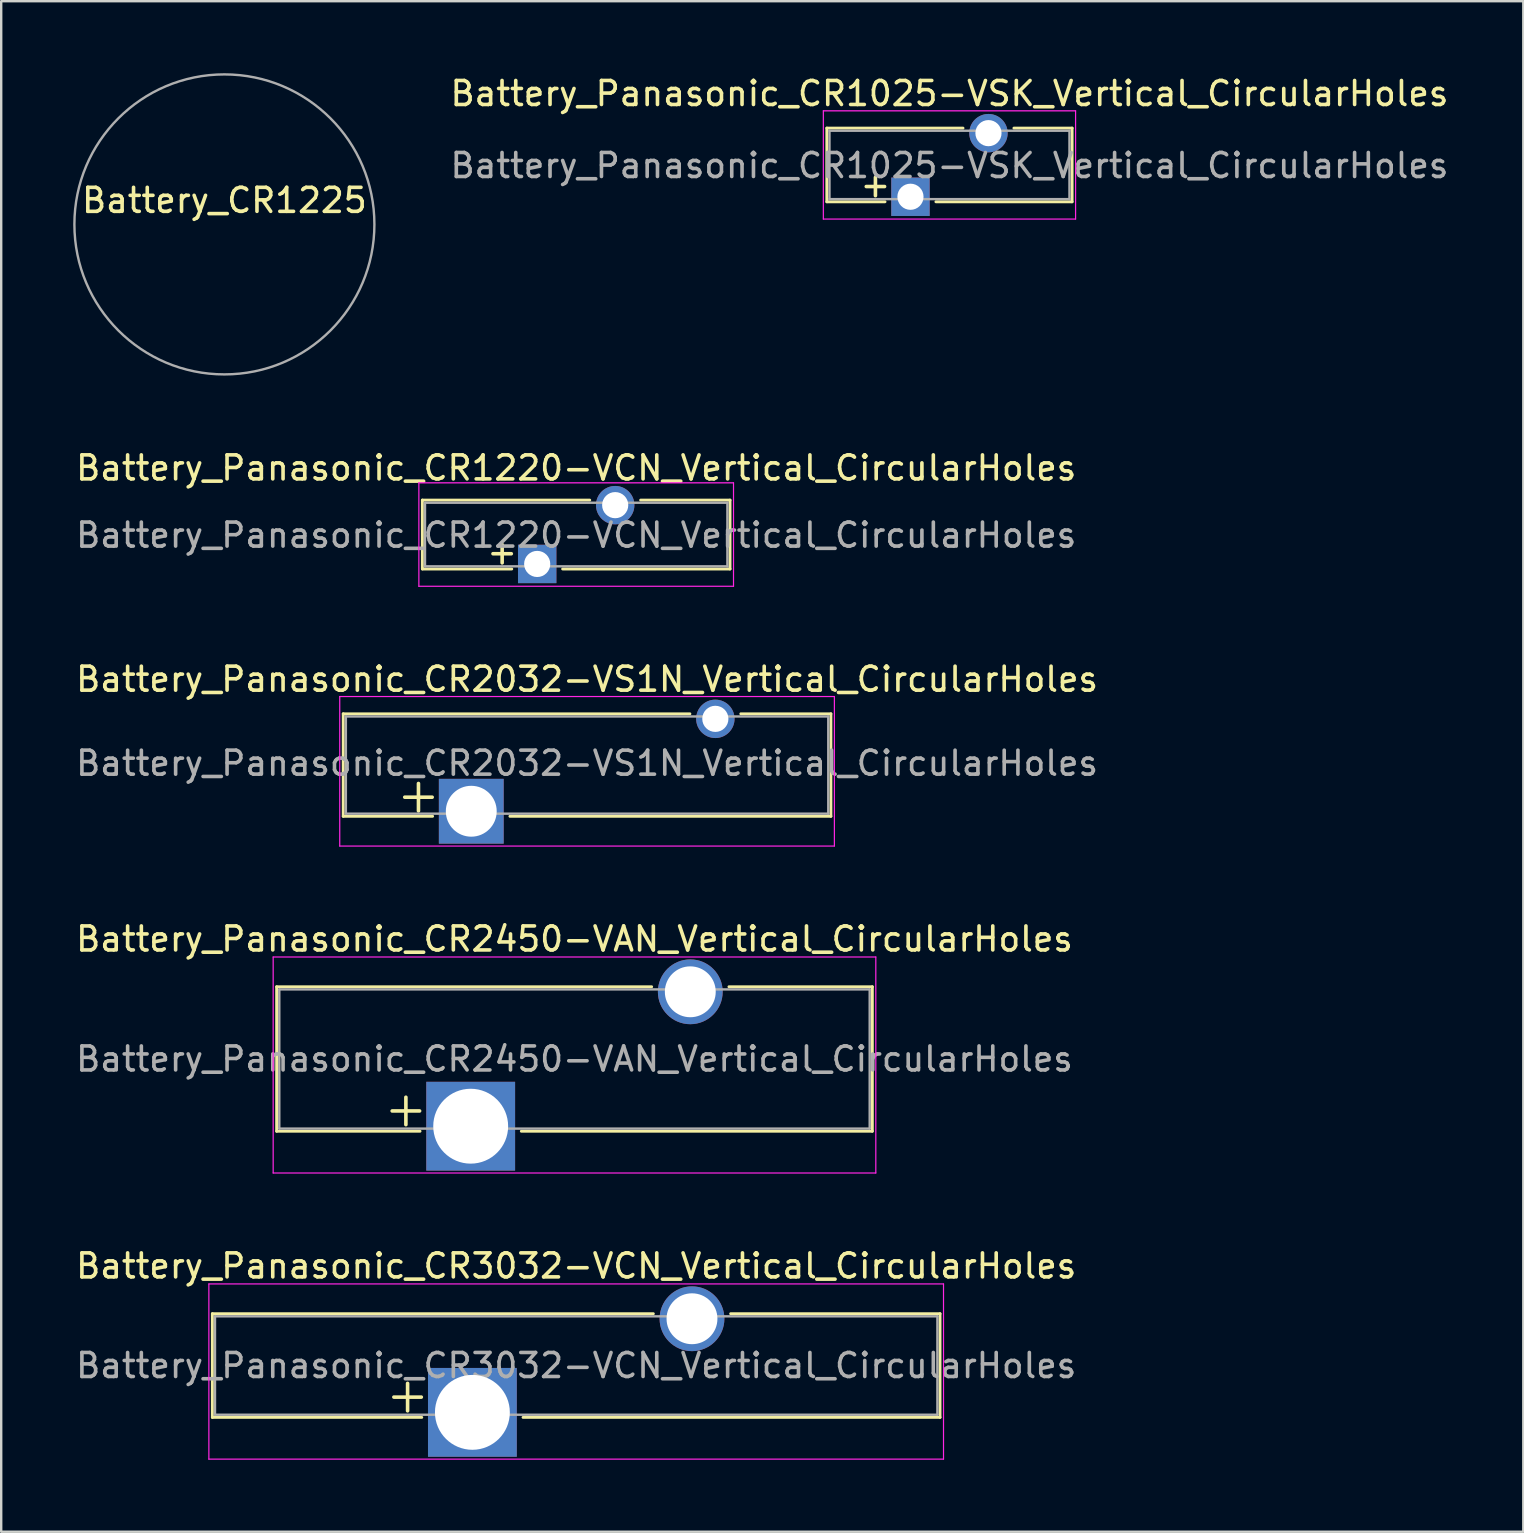
<source format=kicad_pcb>
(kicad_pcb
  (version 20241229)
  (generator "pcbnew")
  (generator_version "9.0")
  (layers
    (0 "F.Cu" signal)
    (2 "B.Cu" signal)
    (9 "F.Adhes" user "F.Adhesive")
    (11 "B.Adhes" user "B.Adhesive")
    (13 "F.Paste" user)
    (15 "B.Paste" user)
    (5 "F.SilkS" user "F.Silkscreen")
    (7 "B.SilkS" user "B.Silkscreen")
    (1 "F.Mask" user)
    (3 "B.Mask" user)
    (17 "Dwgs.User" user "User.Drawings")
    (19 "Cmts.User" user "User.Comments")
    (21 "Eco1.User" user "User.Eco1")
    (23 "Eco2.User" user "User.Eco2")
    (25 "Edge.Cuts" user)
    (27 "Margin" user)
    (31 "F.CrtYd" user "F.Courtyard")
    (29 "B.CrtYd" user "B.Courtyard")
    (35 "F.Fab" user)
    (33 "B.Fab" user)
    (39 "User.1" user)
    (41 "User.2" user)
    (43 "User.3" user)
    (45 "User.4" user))
  (footprint "Battery_Panasonic_CR1025-VSK_Vertical_CircularHoles"
    (layer "F.Cu")
    (at 34.886 5.148)
    (property "Reference" "Battery_Panasonic_CR1025-VSK_Vertical_CircularHoles" (at 1.625 -4.3 0) (layer "F.SilkS") (effects (font (size 1 1) (thickness 0.15))))
    (attr through_hole)
    (fp_line (start -3.485 -2.86) (end 2.19 -2.86) (stroke (width 0.12) (type solid)) (layer "F.SilkS"))
    (fp_line (start -3.485 0.21) (end -3.485 -2.86) (stroke (width 0.12) (type solid)) (layer "F.SilkS"))
    (fp_line (start -3.485 0.21) (end -1.06 0.21) (stroke (width 0.12) (type solid)) (layer "F.SilkS"))
    (fp_line (start 1.06 0.21) (end 6.735 0.21) (stroke (width 0.12) (type solid)) (layer "F.SilkS"))
    (fp_line (start 4.31 -2.86) (end 6.735 -2.86) (stroke (width 0.12) (type solid)) (layer "F.SilkS"))
    (fp_line (start 6.735 0.21) (end 6.735 -2.86) (stroke (width 0.12) (type solid)) (layer "F.SilkS"))
    (fp_line (start -3.63 -3.58) (end -3.63 0.93) (stroke (width 0.05) (type solid)) (layer "F.CrtYd"))
    (fp_line (start -3.63 -3.58) (end 6.88 -3.58) (stroke (width 0.05) (type solid)) (layer "F.CrtYd"))
    (fp_line (start -3.63 0.93) (end 6.88 0.93) (stroke (width 0.05) (type solid)) (layer "F.CrtYd"))
    (fp_line (start 6.88 -3.58) (end 6.88 0.93) (stroke (width 0.05) (type solid)) (layer "F.CrtYd"))
    (fp_line (start -3.375 -2.75) (end -3.375 0.1) (stroke (width 0.1) (type solid)) (layer "F.Fab"))
    (fp_line (start -3.375 -2.75) (end 6.625 -2.75) (stroke (width 0.1) (type solid)) (layer "F.Fab"))
    (fp_line (start -3.375 0.1) (end 6.625 0.1) (stroke (width 0.1) (type solid)) (layer "F.Fab"))
    (fp_line (start 6.625 -2.75) (end 6.625 0.1) (stroke (width 0.1) (type solid)) (layer "F.Fab"))
    (fp_text user "+" (at -1.46 -0.5 0) (layer "F.SilkS") (effects (font (size 1 1) (thickness 0.15))))
    (fp_text user "${REFERENCE}" (at 1.625 -1.3 180) (layer "F.Fab") (effects (font (size 1 1) (thickness 0.15))))
    (pad "1" thru_hole rect (at 0 0) (size 1.6 1.6) (drill 1.09) (layers "*.Cu" "*.Mask"))
    (pad "2" thru_hole circle (at 3.25 -2.65) (size 1.6 1.6) (drill 1.09) (layers "*.Cu" "*.Mask")))
  (footprint "Battery_Panasonic_CR3032-VCN_Vertical_CircularHoles"
    (layer "F.Cu")
    (at 16.633 55.798)
    (property "Reference" "Battery_Panasonic_CR3032-VCN_Vertical_CircularHoles" (at 4.325 -6.1 0) (layer "F.SilkS") (effects (font (size 1 1) (thickness 0.15))))
    (attr through_hole)
    (fp_line (start -10.835 -4.11) (end -10.835 0.21) (stroke (width 0.12) (type solid)) (layer "F.SilkS"))
    (fp_line (start -10.835 -4.11) (end 7.54 -4.11) (stroke (width 0.12) (type solid)) (layer "F.SilkS"))
    (fp_line (start -10.835 0.21) (end -2.11 0.21) (stroke (width 0.12) (type solid)) (layer "F.SilkS"))
    (fp_line (start 2.11 0.21) (end 19.485 0.21) (stroke (width 0.12) (type solid)) (layer "F.SilkS"))
    (fp_line (start 10.76 -4.11) (end 19.485 -4.11) (stroke (width 0.12) (type solid)) (layer "F.SilkS"))
    (fp_line (start 19.485 -4.11) (end 19.485 0.21) (stroke (width 0.12) (type solid)) (layer "F.SilkS"))
    (fp_line (start -10.98 -5.35) (end -10.98 1.95) (stroke (width 0.05) (type solid)) (layer "F.CrtYd"))
    (fp_line (start -10.98 -5.35) (end 19.63 -5.35) (stroke (width 0.05) (type solid)) (layer "F.CrtYd"))
    (fp_line (start -10.98 1.95) (end 19.63 1.95) (stroke (width 0.05) (type solid)) (layer "F.CrtYd"))
    (fp_line (start 19.63 -5.35) (end 19.63 1.95) (stroke (width 0.05) (type solid)) (layer "F.CrtYd"))
    (fp_line (start -10.725 -4) (end -10.725 0.1) (stroke (width 0.1) (type solid)) (layer "F.Fab"))
    (fp_line (start -10.725 -4) (end 19.375 -4) (stroke (width 0.1) (type solid)) (layer "F.Fab"))
    (fp_line (start -10.725 0.1) (end 19.375 0.1) (stroke (width 0.1) (type solid)) (layer "F.Fab"))
    (fp_line (start 19.375 -4) (end 19.375 0.1) (stroke (width 0.1) (type solid)) (layer "F.Fab"))
    (fp_text user "+" (at -2.7 -0.75 0) (layer "F.SilkS") (effects (font (size 1.5 1.5) (thickness 0.15))))
    (fp_text user "${REFERENCE}" (at 4.325 -1.95 180) (layer "F.Fab") (effects (font (size 1 1) (thickness 0.15))))
    (pad "1" thru_hole rect (at 0 0) (size 3.7 3.7) (drill 3.12) (layers "*.Cu" "*.Mask"))
    (pad "2" thru_hole circle (at 9.15 -3.9) (size 2.7 2.7) (drill 2.12) (layers "*.Cu" "*.Mask")))
  (footprint "Battery_CR1225"
    (layer "F.Cu")
    (at 6.3 6.3)
    (property "Reference" "Battery_CR1225" (at 0 -1 0) (layer "F.SilkS") (effects (font (size 1 1) (thickness 0.15))))
    (attr exclude_from_pos_files exclude_from_bom)
    (fp_circle (center 0 0) (end 6.25 0) (stroke (width 0.1) (type solid)) (fill no) (layer "F.Fab")))
  (footprint "Battery_Panasonic_CR2450-VAN_Vertical_CircularHoles"
    (layer "F.Cu")
    (at 16.562 43.875)
    (property "Reference" "Battery_Panasonic_CR2450-VAN_Vertical_CircularHoles" (at 4.325 -7.8 0) (layer "F.SilkS") (effects (font (size 1 1) (thickness 0.15))))
    (attr through_hole)
    (fp_line (start -8.085 -5.81) (end -8.085 0.21) (stroke (width 0.12) (type solid)) (layer "F.SilkS"))
    (fp_line (start -8.085 -5.81) (end 7.54 -5.81) (stroke (width 0.12) (type solid)) (layer "F.SilkS"))
    (fp_line (start -8.085 0.21) (end -2.11 0.21) (stroke (width 0.12) (type solid)) (layer "F.SilkS"))
    (fp_line (start 2.11 0.21) (end 16.735 0.21) (stroke (width 0.12) (type solid)) (layer "F.SilkS"))
    (fp_line (start 10.76 -5.81) (end 16.735 -5.81) (stroke (width 0.12) (type solid)) (layer "F.SilkS"))
    (fp_line (start 16.735 -5.81) (end 16.735 0.21) (stroke (width 0.12) (type solid)) (layer "F.SilkS"))
    (fp_line (start -8.23 -7.05) (end -8.23 1.95) (stroke (width 0.05) (type solid)) (layer "F.CrtYd"))
    (fp_line (start -8.23 -7.05) (end 16.88 -7.05) (stroke (width 0.05) (type solid)) (layer "F.CrtYd"))
    (fp_line (start -8.23 1.95) (end 16.88 1.95) (stroke (width 0.05) (type solid)) (layer "F.CrtYd"))
    (fp_line (start 16.88 -7.05) (end 16.88 1.95) (stroke (width 0.05) (type solid)) (layer "F.CrtYd"))
    (fp_line (start -7.975 -5.7) (end -7.975 0.1) (stroke (width 0.1) (type solid)) (layer "F.Fab"))
    (fp_line (start -7.975 -5.7) (end 16.625 -5.7) (stroke (width 0.1) (type solid)) (layer "F.Fab"))
    (fp_line (start -7.975 0.1) (end 16.625 0.1) (stroke (width 0.1) (type solid)) (layer "F.Fab"))
    (fp_line (start 16.625 -5.7) (end 16.625 0.1) (stroke (width 0.1) (type solid)) (layer "F.Fab"))
    (fp_text user "+" (at -2.7 -0.75 0) (layer "F.SilkS") (effects (font (size 1.5 1.5) (thickness 0.15))))
    (fp_text user "${REFERENCE}" (at 4.325 -2.8 180) (layer "F.Fab") (effects (font (size 1 1) (thickness 0.15))))
    (pad "1" thru_hole rect (at 0 0) (size 3.7 3.7) (drill 3.12) (layers "*.Cu" "*.Mask"))
    (pad "2" thru_hole circle (at 9.15 -5.6) (size 2.7 2.7) (drill 2.12) (layers "*.Cu" "*.Mask")))
  (footprint "Battery_Panasonic_CR1220-VCN_Vertical_CircularHoles"
    (layer "F.Cu")
    (at 19.333 20.448)
    (property "Reference" "Battery_Panasonic_CR1220-VCN_Vertical_CircularHoles" (at 1.625 -4 0) (layer "F.SilkS") (effects (font (size 1 1) (thickness 0.15))))
    (attr through_hole)
    (fp_line (start -4.785 -2.66) (end 2.19 -2.66) (stroke (width 0.12) (type solid)) (layer "F.SilkS"))
    (fp_line (start -4.785 0.21) (end -4.785 -2.66) (stroke (width 0.12) (type solid)) (layer "F.SilkS"))
    (fp_line (start -4.78 0.21) (end -1.06 0.21) (stroke (width 0.12) (type solid)) (layer "F.SilkS"))
    (fp_line (start 1.06 0.21) (end 8.035 0.21) (stroke (width 0.12) (type solid)) (layer "F.SilkS"))
    (fp_line (start 4.31 -2.66) (end 8.035 -2.66) (stroke (width 0.12) (type solid)) (layer "F.SilkS"))
    (fp_line (start 8.035 0.21) (end 8.035 -2.66) (stroke (width 0.12) (type solid)) (layer "F.SilkS"))
    (fp_line (start -4.93 -3.38) (end 8.18 -3.38) (stroke (width 0.05) (type solid)) (layer "F.CrtYd"))
    (fp_line (start -4.93 0.93) (end -4.93 -3.38) (stroke (width 0.05) (type solid)) (layer "F.CrtYd"))
    (fp_line (start -4.93 0.93) (end 8.18 0.93) (stroke (width 0.05) (type solid)) (layer "F.CrtYd"))
    (fp_line (start 8.18 0.93) (end 8.18 -3.38) (stroke (width 0.05) (type solid)) (layer "F.CrtYd"))
    (fp_line (start -4.675 -2.55) (end 7.925 -2.55) (stroke (width 0.1) (type solid)) (layer "F.Fab"))
    (fp_line (start -4.675 0.1) (end -4.675 -2.55) (stroke (width 0.1) (type solid)) (layer "F.Fab"))
    (fp_line (start -4.675 0.1) (end 7.925 0.1) (stroke (width 0.1) (type solid)) (layer "F.Fab"))
    (fp_line (start 7.925 0.1) (end 7.925 -2.55) (stroke (width 0.1) (type solid)) (layer "F.Fab"))
    (fp_text user "+" (at -1.46 -0.5 0) (layer "F.SilkS") (effects (font (size 1 1) (thickness 0.15))))
    (fp_text user "${REFERENCE}" (at 1.625 -1.2 180) (layer "F.Fab") (effects (font (size 1 1) (thickness 0.15))))
    (pad "1" thru_hole rect (at 0 0 90) (size 1.6 1.6) (drill 1.09) (layers "*.Cu" "*.Mask"))
    (pad "2" thru_hole circle (at 3.25 -2.45) (size 1.6 1.6) (drill 1.09) (layers "*.Cu" "*.Mask")))
  (footprint "Battery_Panasonic_CR2032-VS1N_Vertical_CircularHoles"
    (layer "F.Cu")
    (at 16.586 30.752)
    (property "Reference" "Battery_Panasonic_CR2032-VS1N_Vertical_CircularHoles" (at 4.825 -5.5 0) (layer "F.SilkS") (effects (font (size 1 1) (thickness 0.15))))
    (attr through_hole)
    (fp_line (start -5.335 -4.06) (end -5.335 0.21) (stroke (width 0.12) (type solid)) (layer "F.SilkS"))
    (fp_line (start -5.335 -4.06) (end 9.11 -4.06) (stroke (width 0.12) (type solid)) (layer "F.SilkS"))
    (fp_line (start -5.335 0.21) (end -1.61 0.21) (stroke (width 0.12) (type solid)) (layer "F.SilkS"))
    (fp_line (start 1.61 0.21) (end 14.985 0.21) (stroke (width 0.12) (type solid)) (layer "F.SilkS"))
    (fp_line (start 11.23 -4.06) (end 14.985 -4.06) (stroke (width 0.12) (type solid)) (layer "F.SilkS"))
    (fp_line (start 14.985 -4.06) (end 14.985 0.21) (stroke (width 0.12) (type solid)) (layer "F.SilkS"))
    (fp_line (start -5.48 -4.78) (end -5.48 1.45) (stroke (width 0.05) (type solid)) (layer "F.CrtYd"))
    (fp_line (start -5.48 -4.78) (end 15.13 -4.78) (stroke (width 0.05) (type solid)) (layer "F.CrtYd"))
    (fp_line (start -5.48 1.45) (end 15.13 1.45) (stroke (width 0.05) (type solid)) (layer "F.CrtYd"))
    (fp_line (start 15.13 -4.78) (end 15.13 1.45) (stroke (width 0.05) (type solid)) (layer "F.CrtYd"))
    (fp_line (start -5.225 -3.95) (end -5.225 0.1) (stroke (width 0.1) (type solid)) (layer "F.Fab"))
    (fp_line (start -5.225 -3.95) (end 14.875 -3.95) (stroke (width 0.1) (type solid)) (layer "F.Fab"))
    (fp_line (start -5.225 0.1) (end 14.875 0.1) (stroke (width 0.1) (type solid)) (layer "F.Fab"))
    (fp_line (start 14.875 -3.95) (end 14.875 0.1) (stroke (width 0.1) (type solid)) (layer "F.Fab"))
    (fp_text user "+" (at -2.2 -0.7 0) (layer "F.SilkS") (effects (font (size 1.5 1.5) (thickness 0.15))))
    (fp_text user "${REFERENCE}" (at 4.825 -2 180) (layer "F.Fab") (effects (font (size 1 1) (thickness 0.15))))
    (pad "1" thru_hole rect (at 0 0 90) (size 2.7 2.7) (drill 2.12) (layers "*.Cu" "*.Mask"))
    (pad "2" thru_hole circle (at 10.17 -3.85) (size 1.6 1.6) (drill 1.09) (layers "*.Cu" "*.Mask")))
  (gr_rect
    (start -3 -3)
    (end 60.421 60.773)
    (stroke (width 0.1) (type default))
    (fill no)
    (layer "Edge.Cuts")))
</source>
